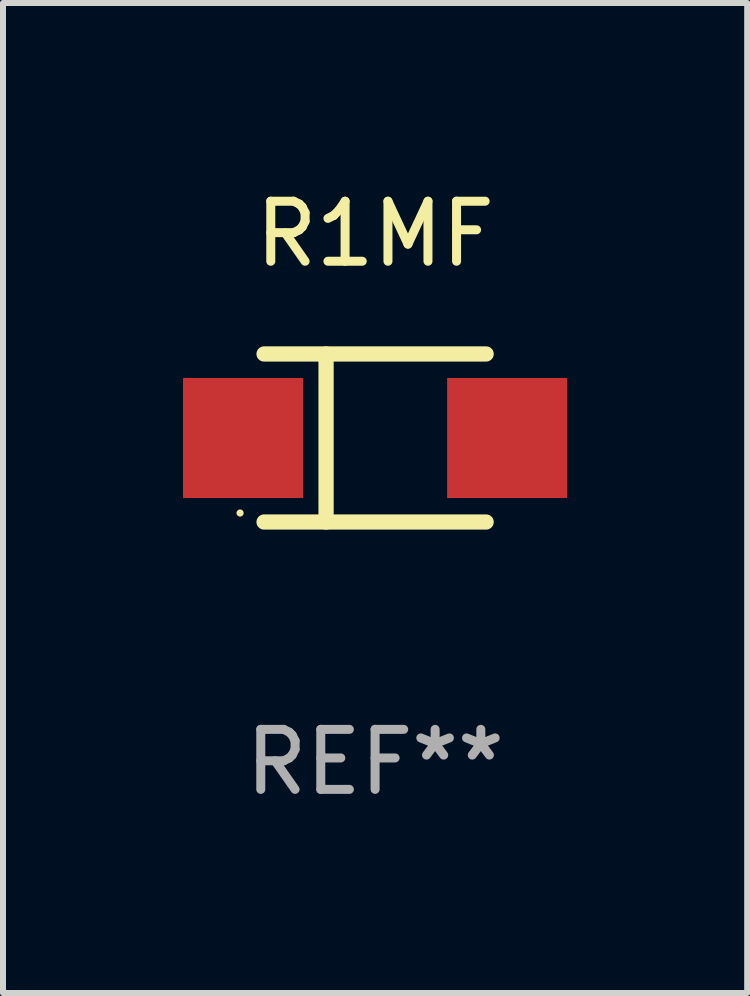
<source format=kicad_pcb>
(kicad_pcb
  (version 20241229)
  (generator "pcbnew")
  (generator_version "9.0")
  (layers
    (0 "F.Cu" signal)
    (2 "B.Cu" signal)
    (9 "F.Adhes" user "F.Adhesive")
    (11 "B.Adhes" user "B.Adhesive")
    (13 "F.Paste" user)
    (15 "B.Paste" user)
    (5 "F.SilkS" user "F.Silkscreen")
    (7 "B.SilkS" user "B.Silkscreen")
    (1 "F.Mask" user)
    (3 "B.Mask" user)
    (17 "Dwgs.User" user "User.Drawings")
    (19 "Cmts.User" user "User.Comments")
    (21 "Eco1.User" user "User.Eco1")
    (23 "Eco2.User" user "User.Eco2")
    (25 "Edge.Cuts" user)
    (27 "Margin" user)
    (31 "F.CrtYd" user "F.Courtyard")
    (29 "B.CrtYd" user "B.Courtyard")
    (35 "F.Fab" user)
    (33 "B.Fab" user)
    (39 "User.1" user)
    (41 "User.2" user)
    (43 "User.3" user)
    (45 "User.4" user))
  (footprint "R1MF"
    (layer "F.Cu")
    (at 3.2 4.248)
    (property "Reference" "R1MF" (at 0 -3.4 0) (layer "F.SilkS") (effects (font (size 1 1) (thickness 0.15))))
    (attr through_hole)
    (fp_line (start -1.85 -1.4) (end 1.85 -1.4) (stroke (width 0.254) (type solid)) (layer "F.SilkS"))
    (fp_line (start -1.85 1.4) (end 1.85 1.4) (stroke (width 0.254) (type solid)) (layer "F.SilkS"))
    (fp_line (start -0.817 -1.4) (end -0.817 1.4) (stroke (width 0.254) (type solid)) (layer "F.SilkS"))
    (fp_circle (center -2.25 1.25) (end -2.22 1.25) (stroke (width 0.06) (type solid)) (fill no) (layer "F.SilkS"))
    (fp_text user "REF**" (at 0 5.4 0) (layer "F.Fab") (effects (font (size 1 1) (thickness 0.15))))
    (pad "1" smd rect (at -2.2 -0.000013) (size 2 2) (layers "F.Cu" "F.Mask" "F.Paste"))
    (pad "2" smd rect (at 2.2 -0.000013) (size 2 2) (layers "F.Cu" "F.Mask" "F.Paste")))
  (gr_rect
    (start -3 -3)
    (end 9.4 13.496)
    (stroke (width 0.1) (type default))
    (fill no)
    (layer "Edge.Cuts")))
</source>
